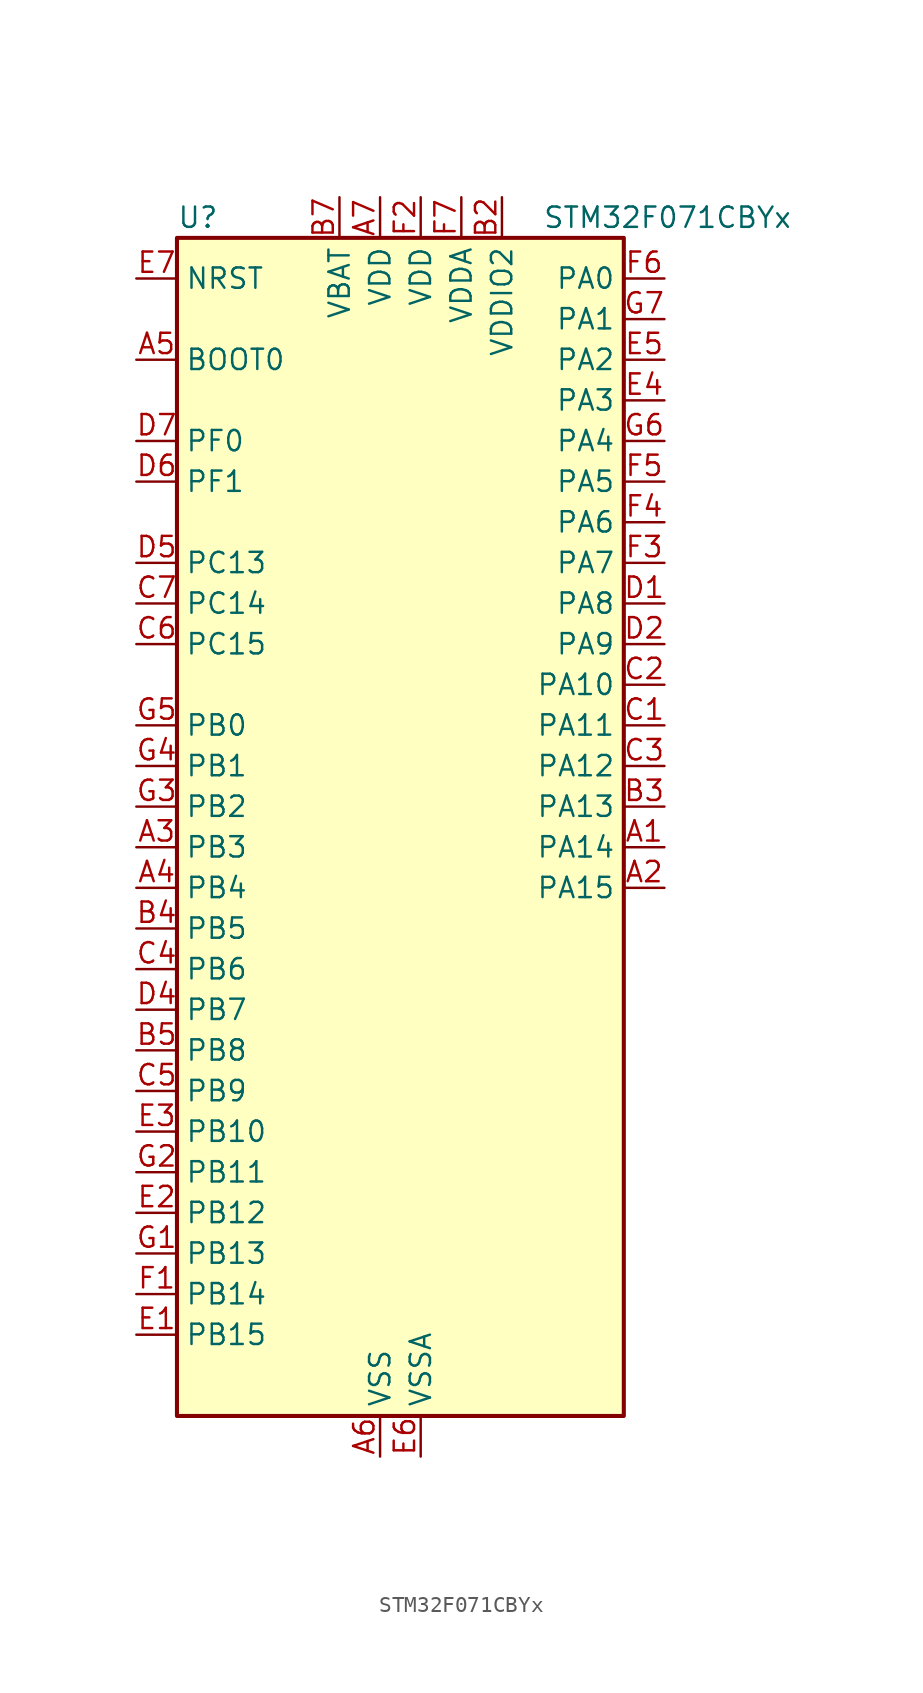
<source format=kicad_sym>
(kicad_symbol_lib
  (version 20231120)
  (generator "kicad_symbol_editor")
  (generator_version "8.0")
  (symbol "STM32F071CBYx"
    (property "Reference" "U"
      (at -12.7 39.37 0)
      (effects (font (size 1.27 1.27)) (justify left)))
    (property "Value" "STM32F071CBYx"
      (at 10.16 39.37 0)
      (effects (font (size 1.27 1.27)) (justify left)))
    (property "ki_locked" ""
      (at 0 0 0)
      (effects (font (size 1.27 1.27))))
    (symbol "STM32F071CBYx_0_1"
      (rectangle (start -12.7 -35.56) (end 15.24 38.1) (stroke (width 0.254) (type default)) (fill (type background))))
    (symbol "STM32F071CBYx_1_1"
      (pin bidirectional line (at 17.78 0 180) (length 2.54) (name "PA14" (effects (font (size 1.27 1.27)))) (number "A1" (effects (font (size 1.27 1.27)))) (alternate "SYS_SWCLK" bidirectional line) (alternate "USART2_TX" bidirectional line))
      (pin bidirectional line (at 17.78 -2.54 180) (length 2.54) (name "PA15" (effects (font (size 1.27 1.27)))) (number "A2" (effects (font (size 1.27 1.27)))) (alternate "I2S1_WS" bidirectional line) (alternate "SPI1_NSS" bidirectional line) (alternate "TIM2_CH1" bidirectional line) (alternate "TIM2_ETR" bidirectional line) (alternate "USART2_RX" bidirectional line) (alternate "USART4_DE" bidirectional line) (alternate "USART4_RTS" bidirectional line))
      (pin bidirectional line (at -15.24 0 0) (length 2.54) (name "PB3" (effects (font (size 1.27 1.27)))) (number "A3" (effects (font (size 1.27 1.27)))) (alternate "I2S1_CK" bidirectional line) (alternate "SPI1_SCK" bidirectional line) (alternate "TIM2_CH2" bidirectional line) (alternate "TSC_G5_IO1" bidirectional line))
      (pin bidirectional line (at -15.24 -2.54 0) (length 2.54) (name "PB4" (effects (font (size 1.27 1.27)))) (number "A4" (effects (font (size 1.27 1.27)))) (alternate "I2S1_MCK" bidirectional line) (alternate "SPI1_MISO" bidirectional line) (alternate "TIM17_BKIN" bidirectional line) (alternate "TIM3_CH1" bidirectional line) (alternate "TSC_G5_IO2" bidirectional line))
      (pin input line (at -15.24 30.48 0) (length 2.54) (name "BOOT0" (effects (font (size 1.27 1.27)))) (number "A5" (effects (font (size 1.27 1.27)))))
      (pin power_in line (at 0 -38.1 90) (length 2.54) (name "VSS" (effects (font (size 1.27 1.27)))) (number "A6" (effects (font (size 1.27 1.27)))))
      (pin power_in line (at 0 40.64 270) (length 2.54) (name "VDD" (effects (font (size 1.27 1.27)))) (number "A7" (effects (font (size 1.27 1.27)))))
      (pin passive line (at 0 -38.1 90) (length 2.54) hide (name "VSS" (effects (font (size 1.27 1.27)))) (number "B1" (effects (font (size 1.27 1.27)))))
      (pin power_in line (at 7.62 40.64 270) (length 2.54) (name "VDDIO2" (effects (font (size 1.27 1.27)))) (number "B2" (effects (font (size 1.27 1.27)))))
      (pin bidirectional line (at 17.78 2.54 180) (length 2.54) (name "PA13" (effects (font (size 1.27 1.27)))) (number "B3" (effects (font (size 1.27 1.27)))) (alternate "IR_OUT" bidirectional line) (alternate "SYS_SWDIO" bidirectional line))
      (pin bidirectional line (at -15.24 -5.08 0) (length 2.54) (name "PB5" (effects (font (size 1.27 1.27)))) (number "B4" (effects (font (size 1.27 1.27)))) (alternate "I2C1_SMBA" bidirectional line) (alternate "I2S1_SD" bidirectional line) (alternate "SPI1_MOSI" bidirectional line) (alternate "SYS_WKUP6" bidirectional line) (alternate "TIM16_BKIN" bidirectional line) (alternate "TIM3_CH2" bidirectional line))
      (pin bidirectional line (at -15.24 -12.7 0) (length 2.54) (name "PB8" (effects (font (size 1.27 1.27)))) (number "B5" (effects (font (size 1.27 1.27)))) (alternate "CEC" bidirectional line) (alternate "I2C1_SCL" bidirectional line) (alternate "TIM16_CH1" bidirectional line) (alternate "TSC_SYNC" bidirectional line))
      (pin no_connect line (at -12.7 -35.56 0) (length 2.54) hide (name "NC" (effects (font (size 1.27 1.27)))) (number "B6" (effects (font (size 1.27 1.27)))))
      (pin power_in line (at -2.54 40.64 270) (length 2.54) (name "VBAT" (effects (font (size 1.27 1.27)))) (number "B7" (effects (font (size 1.27 1.27)))))
      (pin bidirectional line (at 17.78 7.62 180) (length 2.54) (name "PA11" (effects (font (size 1.27 1.27)))) (number "C1" (effects (font (size 1.27 1.27)))) (alternate "COMP1_OUT" bidirectional line) (alternate "TIM1_CH4" bidirectional line) (alternate "TSC_G4_IO3" bidirectional line) (alternate "USART1_CTS" bidirectional line))
      (pin bidirectional line (at 17.78 10.16 180) (length 2.54) (name "PA10" (effects (font (size 1.27 1.27)))) (number "C2" (effects (font (size 1.27 1.27)))) (alternate "TIM17_BKIN" bidirectional line) (alternate "TIM1_CH3" bidirectional line) (alternate "TSC_G4_IO2" bidirectional line) (alternate "USART1_RX" bidirectional line))
      (pin bidirectional line (at 17.78 5.08 180) (length 2.54) (name "PA12" (effects (font (size 1.27 1.27)))) (number "C3" (effects (font (size 1.27 1.27)))) (alternate "COMP2_OUT" bidirectional line) (alternate "TIM1_ETR" bidirectional line) (alternate "TSC_G4_IO4" bidirectional line) (alternate "USART1_DE" bidirectional line) (alternate "USART1_RTS" bidirectional line))
      (pin bidirectional line (at -15.24 -7.62 0) (length 2.54) (name "PB6" (effects (font (size 1.27 1.27)))) (number "C4" (effects (font (size 1.27 1.27)))) (alternate "I2C1_SCL" bidirectional line) (alternate "TIM16_CH1N" bidirectional line) (alternate "TSC_G5_IO3" bidirectional line) (alternate "USART1_TX" bidirectional line))
      (pin bidirectional line (at -15.24 -15.24 0) (length 2.54) (name "PB9" (effects (font (size 1.27 1.27)))) (number "C5" (effects (font (size 1.27 1.27)))) (alternate "DAC_EXTI9" bidirectional line) (alternate "I2C1_SDA" bidirectional line) (alternate "I2S2_WS" bidirectional line) (alternate "IR_OUT" bidirectional line) (alternate "SPI2_NSS" bidirectional line) (alternate "TIM17_CH1" bidirectional line))
      (pin bidirectional line (at -15.24 12.7 0) (length 2.54) (name "PC15" (effects (font (size 1.27 1.27)))) (number "C6" (effects (font (size 1.27 1.27)))) (alternate "RCC_OSC32_OUT" bidirectional line))
      (pin bidirectional line (at -15.24 15.24 0) (length 2.54) (name "PC14" (effects (font (size 1.27 1.27)))) (number "C7" (effects (font (size 1.27 1.27)))) (alternate "RCC_OSC32_IN" bidirectional line))
      (pin bidirectional line (at 17.78 15.24 180) (length 2.54) (name "PA8" (effects (font (size 1.27 1.27)))) (number "D1" (effects (font (size 1.27 1.27)))) (alternate "CRS_SYNC" bidirectional line) (alternate "RCC_MCO" bidirectional line) (alternate "TIM1_CH1" bidirectional line) (alternate "USART1_CK" bidirectional line))
      (pin bidirectional line (at 17.78 12.7 180) (length 2.54) (name "PA9" (effects (font (size 1.27 1.27)))) (number "D2" (effects (font (size 1.27 1.27)))) (alternate "DAC_EXTI9" bidirectional line) (alternate "TIM15_BKIN" bidirectional line) (alternate "TIM1_CH2" bidirectional line) (alternate "TSC_G4_IO1" bidirectional line) (alternate "USART1_TX" bidirectional line))
      (pin passive line (at 0 -38.1 90) (length 2.54) hide (name "VSS" (effects (font (size 1.27 1.27)))) (number "D3" (effects (font (size 1.27 1.27)))))
      (pin bidirectional line (at -15.24 -10.16 0) (length 2.54) (name "PB7" (effects (font (size 1.27 1.27)))) (number "D4" (effects (font (size 1.27 1.27)))) (alternate "I2C1_SDA" bidirectional line) (alternate "TIM17_CH1N" bidirectional line) (alternate "TSC_G5_IO4" bidirectional line) (alternate "USART1_RX" bidirectional line) (alternate "USART4_CTS" bidirectional line))
      (pin bidirectional line (at -15.24 17.78 0) (length 2.54) (name "PC13" (effects (font (size 1.27 1.27)))) (number "D5" (effects (font (size 1.27 1.27)))) (alternate "RTC_OUT_ALARM" bidirectional line) (alternate "RTC_OUT_CALIB" bidirectional line) (alternate "RTC_TAMP1" bidirectional line) (alternate "RTC_TS" bidirectional line) (alternate "SYS_WKUP2" bidirectional line))
      (pin bidirectional line (at -15.24 22.86 0) (length 2.54) (name "PF1" (effects (font (size 1.27 1.27)))) (number "D6" (effects (font (size 1.27 1.27)))) (alternate "RCC_OSC_OUT" bidirectional line))
      (pin bidirectional line (at -15.24 25.4 0) (length 2.54) (name "PF0" (effects (font (size 1.27 1.27)))) (number "D7" (effects (font (size 1.27 1.27)))) (alternate "CRS_SYNC" bidirectional line) (alternate "RCC_OSC_IN" bidirectional line))
      (pin bidirectional line (at -15.24 -30.48 0) (length 2.54) (name "PB15" (effects (font (size 1.27 1.27)))) (number "E1" (effects (font (size 1.27 1.27)))) (alternate "I2S2_SD" bidirectional line) (alternate "RTC_REFIN" bidirectional line) (alternate "SPI2_MOSI" bidirectional line) (alternate "SYS_WKUP7" bidirectional line) (alternate "TIM15_CH1N" bidirectional line) (alternate "TIM15_CH2" bidirectional line) (alternate "TIM1_CH3N" bidirectional line))
      (pin bidirectional line (at -15.24 -22.86 0) (length 2.54) (name "PB12" (effects (font (size 1.27 1.27)))) (number "E2" (effects (font (size 1.27 1.27)))) (alternate "I2S2_WS" bidirectional line) (alternate "SPI2_NSS" bidirectional line) (alternate "TIM15_BKIN" bidirectional line) (alternate "TIM1_BKIN" bidirectional line) (alternate "TSC_G6_IO2" bidirectional line) (alternate "USART3_CK" bidirectional line))
      (pin bidirectional line (at -15.24 -17.78 0) (length 2.54) (name "PB10" (effects (font (size 1.27 1.27)))) (number "E3" (effects (font (size 1.27 1.27)))) (alternate "CEC" bidirectional line) (alternate "I2C2_SCL" bidirectional line) (alternate "I2S2_CK" bidirectional line) (alternate "SPI2_SCK" bidirectional line) (alternate "TIM2_CH3" bidirectional line) (alternate "TSC_SYNC" bidirectional line) (alternate "USART3_TX" bidirectional line))
      (pin bidirectional line (at 17.78 27.94 180) (length 2.54) (name "PA3" (effects (font (size 1.27 1.27)))) (number "E4" (effects (font (size 1.27 1.27)))) (alternate "ADC_IN3" bidirectional line) (alternate "COMP2_INP" bidirectional line) (alternate "TIM15_CH2" bidirectional line) (alternate "TIM2_CH4" bidirectional line) (alternate "TSC_G1_IO4" bidirectional line) (alternate "USART2_RX" bidirectional line))
      (pin bidirectional line (at 17.78 30.48 180) (length 2.54) (name "PA2" (effects (font (size 1.27 1.27)))) (number "E5" (effects (font (size 1.27 1.27)))) (alternate "ADC_IN2" bidirectional line) (alternate "COMP2_INM" bidirectional line) (alternate "COMP2_OUT" bidirectional line) (alternate "SYS_WKUP4" bidirectional line) (alternate "TIM15_CH1" bidirectional line) (alternate "TIM2_CH3" bidirectional line) (alternate "TSC_G1_IO3" bidirectional line) (alternate "USART2_TX" bidirectional line))
      (pin power_in line (at 2.54 -38.1 90) (length 2.54) (name "VSSA" (effects (font (size 1.27 1.27)))) (number "E6" (effects (font (size 1.27 1.27)))))
      (pin input line (at -15.24 35.56 0) (length 2.54) (name "NRST" (effects (font (size 1.27 1.27)))) (number "E7" (effects (font (size 1.27 1.27)))))
      (pin bidirectional line (at -15.24 -27.94 0) (length 2.54) (name "PB14" (effects (font (size 1.27 1.27)))) (number "F1" (effects (font (size 1.27 1.27)))) (alternate "I2C2_SDA" bidirectional line) (alternate "I2S2_MCK" bidirectional line) (alternate "SPI2_MISO" bidirectional line) (alternate "TIM15_CH1" bidirectional line) (alternate "TIM1_CH2N" bidirectional line) (alternate "TSC_G6_IO4" bidirectional line) (alternate "USART3_DE" bidirectional line) (alternate "USART3_RTS" bidirectional line))
      (pin power_in line (at 2.54 40.64 270) (length 2.54) (name "VDD" (effects (font (size 1.27 1.27)))) (number "F2" (effects (font (size 1.27 1.27)))))
      (pin bidirectional line (at 17.78 17.78 180) (length 2.54) (name "PA7" (effects (font (size 1.27 1.27)))) (number "F3" (effects (font (size 1.27 1.27)))) (alternate "ADC_IN7" bidirectional line) (alternate "COMP2_OUT" bidirectional line) (alternate "I2S1_SD" bidirectional line) (alternate "SPI1_MOSI" bidirectional line) (alternate "TIM14_CH1" bidirectional line) (alternate "TIM17_CH1" bidirectional line) (alternate "TIM1_CH1N" bidirectional line) (alternate "TIM3_CH2" bidirectional line) (alternate "TSC_G2_IO4" bidirectional line))
      (pin bidirectional line (at 17.78 20.32 180) (length 2.54) (name "PA6" (effects (font (size 1.27 1.27)))) (number "F4" (effects (font (size 1.27 1.27)))) (alternate "ADC_IN6" bidirectional line) (alternate "COMP1_OUT" bidirectional line) (alternate "I2S1_MCK" bidirectional line) (alternate "SPI1_MISO" bidirectional line) (alternate "TIM16_CH1" bidirectional line) (alternate "TIM1_BKIN" bidirectional line) (alternate "TIM3_CH1" bidirectional line) (alternate "TSC_G2_IO3" bidirectional line) (alternate "USART3_CTS" bidirectional line))
      (pin bidirectional line (at 17.78 22.86 180) (length 2.54) (name "PA5" (effects (font (size 1.27 1.27)))) (number "F5" (effects (font (size 1.27 1.27)))) (alternate "ADC_IN5" bidirectional line) (alternate "CEC" bidirectional line) (alternate "COMP1_INM" bidirectional line) (alternate "COMP2_INM" bidirectional line) (alternate "DAC_OUT2" bidirectional line) (alternate "I2S1_CK" bidirectional line) (alternate "SPI1_SCK" bidirectional line) (alternate "TIM2_CH1" bidirectional line) (alternate "TIM2_ETR" bidirectional line) (alternate "TSC_G2_IO2" bidirectional line))
      (pin bidirectional line (at 17.78 35.56 180) (length 2.54) (name "PA0" (effects (font (size 1.27 1.27)))) (number "F6" (effects (font (size 1.27 1.27)))) (alternate "ADC_IN0" bidirectional line) (alternate "COMP1_INM" bidirectional line) (alternate "COMP1_OUT" bidirectional line) (alternate "RTC_TAMP2" bidirectional line) (alternate "SYS_WKUP1" bidirectional line) (alternate "TIM2_CH1" bidirectional line) (alternate "TIM2_ETR" bidirectional line) (alternate "TSC_G1_IO1" bidirectional line) (alternate "USART2_CTS" bidirectional line) (alternate "USART4_TX" bidirectional line))
      (pin power_in line (at 5.08 40.64 270) (length 2.54) (name "VDDA" (effects (font (size 1.27 1.27)))) (number "F7" (effects (font (size 1.27 1.27)))))
      (pin bidirectional line (at -15.24 -25.4 0) (length 2.54) (name "PB13" (effects (font (size 1.27 1.27)))) (number "G1" (effects (font (size 1.27 1.27)))) (alternate "I2C2_SCL" bidirectional line) (alternate "I2S2_CK" bidirectional line) (alternate "SPI2_SCK" bidirectional line) (alternate "TIM1_CH1N" bidirectional line) (alternate "TSC_G6_IO3" bidirectional line) (alternate "USART3_CTS" bidirectional line))
      (pin bidirectional line (at -15.24 -20.32 0) (length 2.54) (name "PB11" (effects (font (size 1.27 1.27)))) (number "G2" (effects (font (size 1.27 1.27)))) (alternate "I2C2_SDA" bidirectional line) (alternate "TIM2_CH4" bidirectional line) (alternate "TSC_G6_IO1" bidirectional line) (alternate "USART3_RX" bidirectional line))
      (pin bidirectional line (at -15.24 2.54 0) (length 2.54) (name "PB2" (effects (font (size 1.27 1.27)))) (number "G3" (effects (font (size 1.27 1.27)))) (alternate "TSC_G3_IO4" bidirectional line))
      (pin bidirectional line (at -15.24 5.08 0) (length 2.54) (name "PB1" (effects (font (size 1.27 1.27)))) (number "G4" (effects (font (size 1.27 1.27)))) (alternate "ADC_IN9" bidirectional line) (alternate "TIM14_CH1" bidirectional line) (alternate "TIM1_CH3N" bidirectional line) (alternate "TIM3_CH4" bidirectional line) (alternate "TSC_G3_IO3" bidirectional line) (alternate "USART3_DE" bidirectional line) (alternate "USART3_RTS" bidirectional line))
      (pin bidirectional line (at -15.24 7.62 0) (length 2.54) (name "PB0" (effects (font (size 1.27 1.27)))) (number "G5" (effects (font (size 1.27 1.27)))) (alternate "ADC_IN8" bidirectional line) (alternate "TIM1_CH2N" bidirectional line) (alternate "TIM3_CH3" bidirectional line) (alternate "TSC_G3_IO2" bidirectional line) (alternate "USART3_CK" bidirectional line))
      (pin bidirectional line (at 17.78 25.4 180) (length 2.54) (name "PA4" (effects (font (size 1.27 1.27)))) (number "G6" (effects (font (size 1.27 1.27)))) (alternate "ADC_IN4" bidirectional line) (alternate "COMP1_INM" bidirectional line) (alternate "COMP2_INM" bidirectional line) (alternate "DAC_OUT1" bidirectional line) (alternate "I2S1_WS" bidirectional line) (alternate "SPI1_NSS" bidirectional line) (alternate "TIM14_CH1" bidirectional line) (alternate "TSC_G2_IO1" bidirectional line) (alternate "USART2_CK" bidirectional line))
      (pin bidirectional line (at 17.78 33.02 180) (length 2.54) (name "PA1" (effects (font (size 1.27 1.27)))) (number "G7" (effects (font (size 1.27 1.27)))) (alternate "ADC_IN1" bidirectional line) (alternate "COMP1_INP" bidirectional line) (alternate "TIM15_CH1N" bidirectional line) (alternate "TIM2_CH2" bidirectional line) (alternate "TSC_G1_IO2" bidirectional line) (alternate "USART2_DE" bidirectional line) (alternate "USART2_RTS" bidirectional line) (alternate "USART4_RX" bidirectional line)))))
</source>
